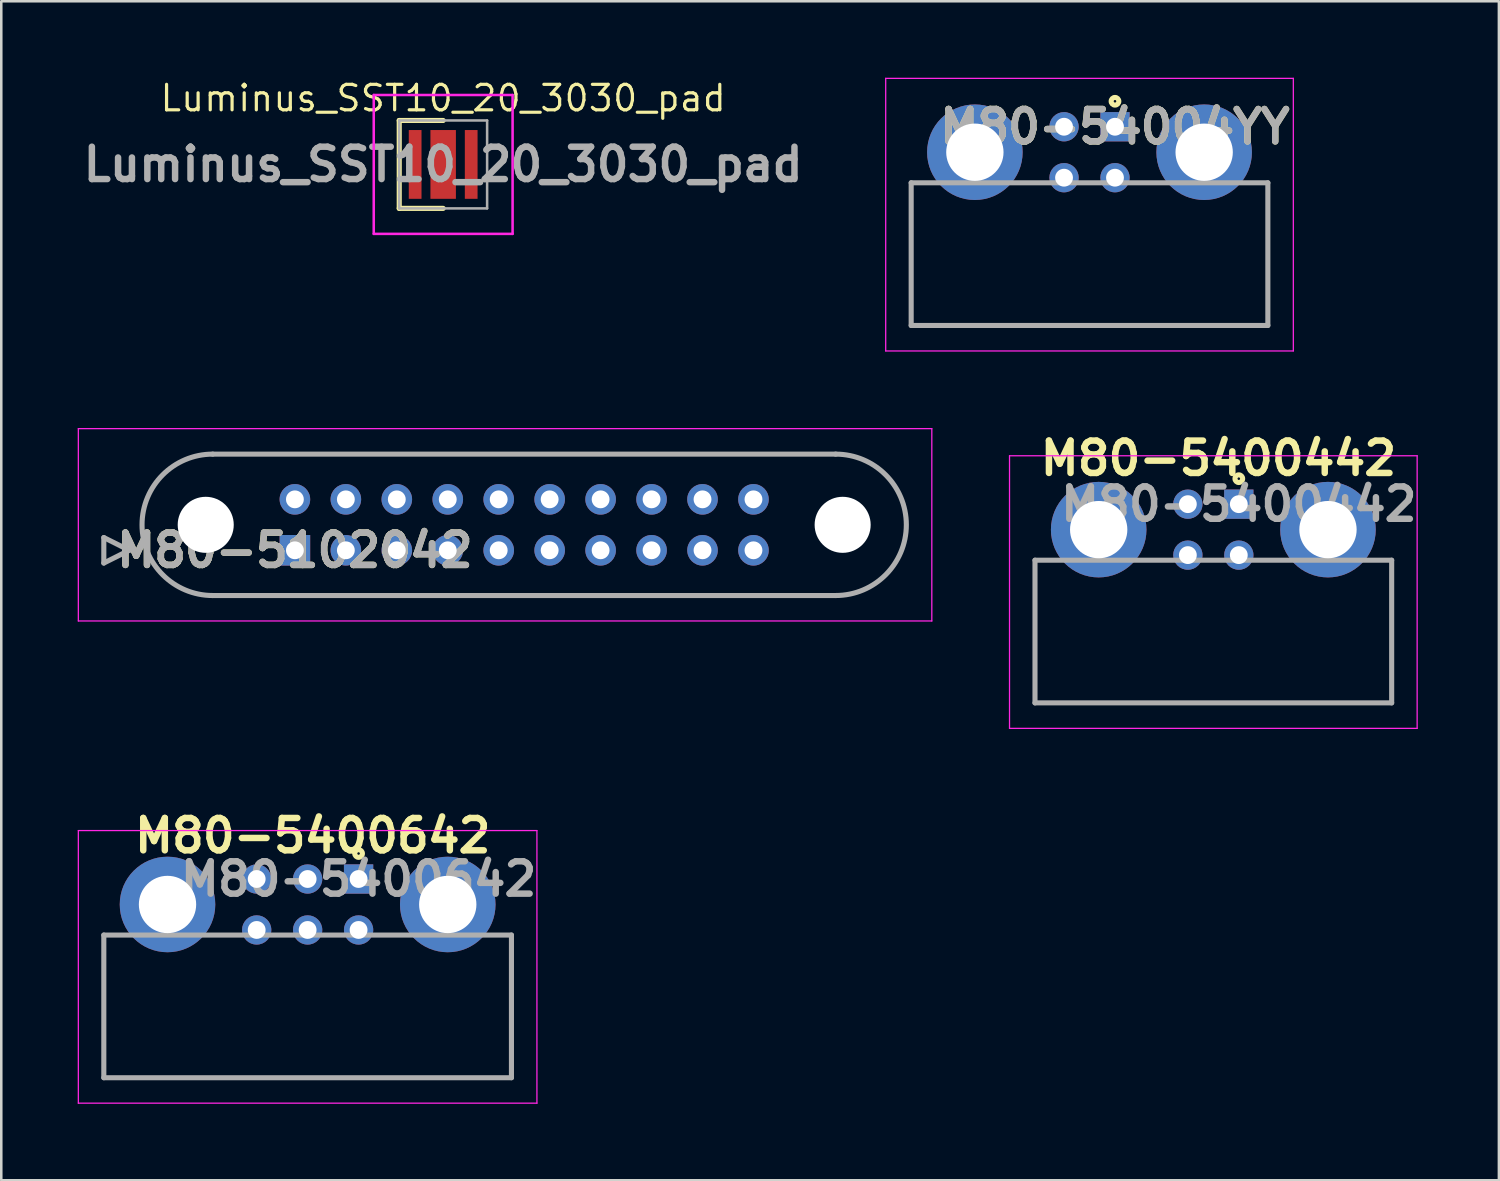
<source format=kicad_pcb>
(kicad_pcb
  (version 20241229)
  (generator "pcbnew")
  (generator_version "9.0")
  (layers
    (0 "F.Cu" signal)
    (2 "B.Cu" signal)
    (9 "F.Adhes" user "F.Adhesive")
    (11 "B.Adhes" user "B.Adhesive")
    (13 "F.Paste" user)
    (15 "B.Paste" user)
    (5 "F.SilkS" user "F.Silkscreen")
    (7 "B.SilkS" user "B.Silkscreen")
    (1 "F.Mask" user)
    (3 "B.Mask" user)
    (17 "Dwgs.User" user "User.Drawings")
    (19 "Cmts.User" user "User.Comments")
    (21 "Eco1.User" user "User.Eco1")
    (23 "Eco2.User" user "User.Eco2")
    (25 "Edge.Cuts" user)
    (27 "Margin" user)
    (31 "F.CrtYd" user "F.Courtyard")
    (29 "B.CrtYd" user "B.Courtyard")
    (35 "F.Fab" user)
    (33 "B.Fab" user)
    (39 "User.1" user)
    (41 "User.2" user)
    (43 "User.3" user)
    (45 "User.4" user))
  (footprint "M80-5400442"
    (layer "F.Cu")
    (at 45.575 16.739)
    (property "Reference" "M80-5400442" (at -0.8 -1.8 0) (layer "F.SilkS") (effects (font (size 1.27 1.27) (thickness 0.254))))
    (attr through_hole)
    (fp_line (start -8 7.8) (end -8 2.2) (stroke (width 0.1) (type solid)) (layer "F.SilkS"))
    (fp_line (start 6 2.2) (end 6 7.8) (stroke (width 0.1) (type solid)) (layer "F.SilkS"))
    (fp_line (start 6 7.8) (end -8 7.8) (stroke (width 0.1) (type solid)) (layer "F.SilkS"))
    (fp_circle (center 0 -1) (end 0 -0.95) (stroke (width 0.2) (type solid)) (fill no) (layer "F.SilkS"))
    (fp_line (start -9 -1.9) (end 7 -1.9) (stroke (width 0.05) (type solid)) (layer "F.CrtYd"))
    (fp_line (start -9 8.8) (end -9 -1.9) (stroke (width 0.05) (type solid)) (layer "F.CrtYd"))
    (fp_line (start 7 -1.9) (end 7 8.8) (stroke (width 0.05) (type solid)) (layer "F.CrtYd"))
    (fp_line (start 7 8.8) (end -9 8.8) (stroke (width 0.05) (type solid)) (layer "F.CrtYd"))
    (fp_line (start -8 2.2) (end 6 2.2) (stroke (width 0.2) (type solid)) (layer "F.Fab"))
    (fp_line (start -8 7.8) (end -8 2.2) (stroke (width 0.2) (type solid)) (layer "F.Fab"))
    (fp_line (start 6 2.2) (end 6 7.8) (stroke (width 0.2) (type solid)) (layer "F.Fab"))
    (fp_line (start 6 7.8) (end -8 7.8) (stroke (width 0.2) (type solid)) (layer "F.Fab"))
    (fp_text user "${REFERENCE}" (at 0 0 0) (layer "F.Fab") (effects (font (size 1.27 1.27) (thickness 0.254))))
    (pad "1" thru_hole rect (at 0 0) (size 1.15 1.15) (drill 0.7) (layers "*.Cu" "*.Mask"))
    (pad "2" thru_hole circle (at -2 0) (size 1.15 1.15) (drill 0.7) (layers "*.Cu" "*.Mask"))
    (pad "3" thru_hole circle (at 0 2) (size 1.15 1.15) (drill 0.7) (layers "*.Cu" "*.Mask"))
    (pad "4" thru_hole circle (at -2 2) (size 1.15 1.15) (drill 0.7) (layers "*.Cu" "*.Mask"))
    (pad "5" thru_hole circle (at 3.5 1) (size 3.75 3.75) (drill 2.25) (layers "*.Cu" "*.Mask"))
    (pad "6" thru_hole circle (at -5.5 1) (size 3.75 3.75) (drill 2.25) (layers "*.Cu" "*.Mask")))
  (footprint "M80-5400642"
    (layer "F.Cu")
    (at 11.025 31.452)
    (property "Reference" "M80-5400642" (at -1.8 -1.7 0) (layer "F.SilkS") (effects (font (size 1.27 1.27) (thickness 0.254))))
    (attr through_hole)
    (fp_line (start -10 7.8) (end -10 2.2) (stroke (width 0.1) (type solid)) (layer "F.SilkS"))
    (fp_line (start 6 2.2) (end 6 7.8) (stroke (width 0.1) (type solid)) (layer "F.SilkS"))
    (fp_line (start 6 7.8) (end -10 7.8) (stroke (width 0.1) (type solid)) (layer "F.SilkS"))
    (fp_circle (center 0 -1) (end 0 -0.95) (stroke (width 0.2) (type solid)) (fill no) (layer "F.SilkS"))
    (fp_line (start -11 -1.9) (end 7 -1.9) (stroke (width 0.05) (type solid)) (layer "F.CrtYd"))
    (fp_line (start -11 8.8) (end -11 -1.9) (stroke (width 0.05) (type solid)) (layer "F.CrtYd"))
    (fp_line (start 7 -1.9) (end 7 8.8) (stroke (width 0.05) (type solid)) (layer "F.CrtYd"))
    (fp_line (start 7 8.8) (end -11 8.8) (stroke (width 0.05) (type solid)) (layer "F.CrtYd"))
    (fp_line (start -10 2.2) (end 6 2.2) (stroke (width 0.2) (type solid)) (layer "F.Fab"))
    (fp_line (start -10 7.8) (end -10 2.2) (stroke (width 0.2) (type solid)) (layer "F.Fab"))
    (fp_line (start 6 2.2) (end 6 7.8) (stroke (width 0.2) (type solid)) (layer "F.Fab"))
    (fp_line (start 6 7.8) (end -10 7.8) (stroke (width 0.2) (type solid)) (layer "F.Fab"))
    (fp_text user "${REFERENCE}" (at 0 0 0) (layer "F.Fab") (effects (font (size 1.27 1.27) (thickness 0.254))))
    (pad "1" thru_hole rect (at 0 0) (size 1.15 1.15) (drill 0.7) (layers "*.Cu" "*.Mask"))
    (pad "2" thru_hole circle (at -2 0) (size 1.15 1.15) (drill 0.7) (layers "*.Cu" "*.Mask"))
    (pad "3" thru_hole circle (at -4 0) (size 1.15 1.15) (drill 0.7) (layers "*.Cu" "*.Mask"))
    (pad "4" thru_hole circle (at 0 2) (size 1.15 1.15) (drill 0.7) (layers "*.Cu" "*.Mask"))
    (pad "5" thru_hole circle (at -2 2) (size 1.15 1.15) (drill 0.7) (layers "*.Cu" "*.Mask"))
    (pad "6" thru_hole circle (at -4 2) (size 1.15 1.15) (drill 0.7) (layers "*.Cu" "*.Mask"))
    (pad "7" thru_hole circle (at 3.5 1) (size 3.75 3.75) (drill 2.25) (layers "*.Cu" "*.Mask"))
    (pad "8" thru_hole circle (at -7.5 1) (size 3.75 3.75) (drill 2.25) (layers "*.Cu" "*.Mask")))
  (footprint "Luminus_SST10_20_3030_pad"
    (layer "F.Cu")
    (at 14.345 3.404)
    (property "Reference" "Luminus_SST10_20_3030_pad" (at 0 -2.6 0) (layer "F.SilkS") (effects (font (size 1 1) (thickness 0.125))))
    (attr smd)
    (fp_line (start -1.725 -1.725) (end 0 -1.725) (stroke (width 0.2) (type solid)) (layer "F.SilkS"))
    (fp_line (start -1.725 1.725) (end -1.725 -1.725) (stroke (width 0.2) (type solid)) (layer "F.SilkS"))
    (fp_line (start 0 1.725) (end -1.725 1.725) (stroke (width 0.2) (type solid)) (layer "F.SilkS"))
    (fp_line (start -2.725 -2.725) (end 2.725 -2.725) (stroke (width 0.1) (type solid)) (layer "F.CrtYd"))
    (fp_line (start -2.725 2.725) (end -2.725 -2.725) (stroke (width 0.1) (type solid)) (layer "F.CrtYd"))
    (fp_line (start 2.725 -2.725) (end 2.725 2.725) (stroke (width 0.1) (type solid)) (layer "F.CrtYd"))
    (fp_line (start 2.725 2.725) (end -2.725 2.725) (stroke (width 0.1) (type solid)) (layer "F.CrtYd"))
    (fp_line (start -1.725 -1.725) (end 1.725 -1.725) (stroke (width 0.1) (type solid)) (layer "F.Fab"))
    (fp_line (start -1.725 1.725) (end -1.725 -1.725) (stroke (width 0.1) (type solid)) (layer "F.Fab"))
    (fp_line (start 1.725 -1.725) (end 1.725 1.725) (stroke (width 0.1) (type solid)) (layer "F.Fab"))
    (fp_line (start 1.725 1.725) (end -1.725 1.725) (stroke (width 0.1) (type solid)) (layer "F.Fab"))
    (fp_text user "${REFERENCE}" (at 0 0 0) (layer "F.Fab") (effects (font (size 1.27 1.27) (thickness 0.254))))
    (pad "1" smd rect (at -1.1 0) (size 0.5 2.7) (layers "F.Cu" "F.Mask" "F.Paste"))
    (pad "2" smd rect (at 1.1 0) (size 0.5 2.7) (layers "F.Cu" "F.Mask" "F.Paste"))
    (pad "3" smd rect (at 0 0) (size 1 2.7) (layers "F.Cu" "F.Mask" "F.Paste")))
  (footprint "M80-5102042"
    (layer "F.Cu")
    (at 8.525 18.55)
    (property "Reference" "M80-5102042" (at 0 0 0) (layer "F.SilkS") (effects (font (size 1.27 1.27) (thickness 0.254))))
    (attr through_hole)
    (fp_line (start -7.5 -0.5) (end -6.5 0) (stroke (width 0.1) (type solid)) (layer "F.SilkS"))
    (fp_line (start -7.5 0.5) (end -7.5 -0.5) (stroke (width 0.1) (type solid)) (layer "F.SilkS"))
    (fp_line (start -6.5 0) (end -7.5 0.5) (stroke (width 0.1) (type solid)) (layer "F.SilkS"))
    (fp_line (start -3.225 -3.775) (end 21.225 -3.775) (stroke (width 0.1) (type solid)) (layer "F.SilkS"))
    (fp_line (start 21.225 1.775) (end -3.225 1.775) (stroke (width 0.1) (type solid)) (layer "F.SilkS"))
    (fp_arc (start -3.225 1.775) (mid -6 -1) (end -3.225 -3.775) (stroke (width 0.1) (type solid)) (layer "F.SilkS"))
    (fp_arc (start 21.225 -3.775) (mid 24 -1) (end 21.225 1.775) (stroke (width 0.1) (type solid)) (layer "F.SilkS"))
    (fp_line (start -8.5 -4.775) (end 25 -4.775) (stroke (width 0.05) (type solid)) (layer "F.CrtYd"))
    (fp_line (start -8.5 2.775) (end -8.5 -4.775) (stroke (width 0.05) (type solid)) (layer "F.CrtYd"))
    (fp_line (start 25 -4.775) (end 25 2.775) (stroke (width 0.05) (type solid)) (layer "F.CrtYd"))
    (fp_line (start 25 2.775) (end -8.5 2.775) (stroke (width 0.05) (type solid)) (layer "F.CrtYd"))
    (fp_line (start -7.5 -0.5) (end -6.5 0) (stroke (width 0.2) (type solid)) (layer "F.Fab"))
    (fp_line (start -7.5 0.5) (end -7.5 -0.5) (stroke (width 0.2) (type solid)) (layer "F.Fab"))
    (fp_line (start -6.5 0) (end -7.5 0.5) (stroke (width 0.2) (type solid)) (layer "F.Fab"))
    (fp_line (start -3.225 -3.775) (end 21.225 -3.775) (stroke (width 0.2) (type solid)) (layer "F.Fab"))
    (fp_line (start 21.225 1.775) (end -3.225 1.775) (stroke (width 0.2) (type solid)) (layer "F.Fab"))
    (fp_arc (start -3.225 1.775) (mid -6 -1) (end -3.225 -3.775) (stroke (width 0.2) (type solid)) (layer "F.Fab"))
    (fp_arc (start 21.225 -3.775) (mid 24 -1) (end 21.225 1.775) (stroke (width 0.2) (type solid)) (layer "F.Fab"))
    (fp_text user "${REFERENCE}" (at 0 0 0) (layer "F.Fab") (effects (font (size 1.27 1.27) (thickness 0.254))))
    (pad "" np_thru_hole circle (at -3.5 -1) (size 2.2 2.2) (drill 2.2) (layers "*.Cu" "*.Mask"))
    (pad "" np_thru_hole circle (at 21.5 -1) (size 2.2 2.2) (drill 2.2) (layers "*.Cu" "*.Mask"))
    (pad "1" thru_hole rect (at 0 0) (size 1.2 1.2) (drill 0.7) (layers "*.Cu" "*.Mask"))
    (pad "2" thru_hole circle (at 2 0) (size 1.2 1.2) (drill 0.7) (layers "*.Cu" "*.Mask"))
    (pad "3" thru_hole circle (at 4 0) (size 1.2 1.2) (drill 0.7) (layers "*.Cu" "*.Mask"))
    (pad "4" thru_hole circle (at 6 0) (size 1.2 1.2) (drill 0.7) (layers "*.Cu" "*.Mask"))
    (pad "5" thru_hole circle (at 8 0) (size 1.2 1.2) (drill 0.7) (layers "*.Cu" "*.Mask"))
    (pad "6" thru_hole circle (at 10 0) (size 1.2 1.2) (drill 0.7) (layers "*.Cu" "*.Mask"))
    (pad "7" thru_hole circle (at 12 0) (size 1.2 1.2) (drill 0.7) (layers "*.Cu" "*.Mask"))
    (pad "8" thru_hole circle (at 14 0) (size 1.2 1.2) (drill 0.7) (layers "*.Cu" "*.Mask"))
    (pad "9" thru_hole circle (at 16 0) (size 1.2 1.2) (drill 0.7) (layers "*.Cu" "*.Mask"))
    (pad "10" thru_hole circle (at 18 0) (size 1.2 1.2) (drill 0.7) (layers "*.Cu" "*.Mask"))
    (pad "11" thru_hole circle (at 0 -2) (size 1.2 1.2) (drill 0.7) (layers "*.Cu" "*.Mask"))
    (pad "12" thru_hole circle (at 2 -2) (size 1.2 1.2) (drill 0.7) (layers "*.Cu" "*.Mask"))
    (pad "13" thru_hole circle (at 4 -2) (size 1.2 1.2) (drill 0.7) (layers "*.Cu" "*.Mask"))
    (pad "14" thru_hole circle (at 6 -2) (size 1.2 1.2) (drill 0.7) (layers "*.Cu" "*.Mask"))
    (pad "15" thru_hole circle (at 8 -2) (size 1.2 1.2) (drill 0.7) (layers "*.Cu" "*.Mask"))
    (pad "16" thru_hole circle (at 10 -2) (size 1.2 1.2) (drill 0.7) (layers "*.Cu" "*.Mask"))
    (pad "17" thru_hole circle (at 12 -2) (size 1.2 1.2) (drill 0.7) (layers "*.Cu" "*.Mask"))
    (pad "18" thru_hole circle (at 14 -2) (size 1.2 1.2) (drill 0.7) (layers "*.Cu" "*.Mask"))
    (pad "19" thru_hole circle (at 16 -2) (size 1.2 1.2) (drill 0.7) (layers "*.Cu" "*.Mask"))
    (pad "20" thru_hole circle (at 18 -2) (size 1.2 1.2) (drill 0.7) (layers "*.Cu" "*.Mask")))
  (footprint "M80-54004YY"
    (layer "F.Cu")
    (at 40.715 1.925)
    (property "Reference" "M80-54004YY" (at 0 0 0) (layer "F.SilkS") (effects (font (size 1.27 1.27) (thickness 0.254))))
    (attr through_hole)
    (fp_line (start -8 7.8) (end -8 2.2) (stroke (width 0.1) (type solid)) (layer "F.SilkS"))
    (fp_line (start 6 2.2) (end 6 7.8) (stroke (width 0.1) (type solid)) (layer "F.SilkS"))
    (fp_line (start 6 7.8) (end -8 7.8) (stroke (width 0.1) (type solid)) (layer "F.SilkS"))
    (fp_circle (center 0 -1) (end 0 -0.95) (stroke (width 0.2) (type solid)) (fill no) (layer "F.SilkS"))
    (fp_line (start -9 -1.9) (end 7 -1.9) (stroke (width 0.05) (type solid)) (layer "F.CrtYd"))
    (fp_line (start -9 8.8) (end -9 -1.9) (stroke (width 0.05) (type solid)) (layer "F.CrtYd"))
    (fp_line (start 7 -1.9) (end 7 8.8) (stroke (width 0.05) (type solid)) (layer "F.CrtYd"))
    (fp_line (start 7 8.8) (end -9 8.8) (stroke (width 0.05) (type solid)) (layer "F.CrtYd"))
    (fp_line (start -8 2.2) (end 6 2.2) (stroke (width 0.2) (type solid)) (layer "F.Fab"))
    (fp_line (start -8 7.8) (end -8 2.2) (stroke (width 0.2) (type solid)) (layer "F.Fab"))
    (fp_line (start 6 2.2) (end 6 7.8) (stroke (width 0.2) (type solid)) (layer "F.Fab"))
    (fp_line (start 6 7.8) (end -8 7.8) (stroke (width 0.2) (type solid)) (layer "F.Fab"))
    (fp_text user "${REFERENCE}" (at 0 0 0) (layer "F.Fab") (effects (font (size 1.27 1.27) (thickness 0.254))))
    (pad "1" thru_hole rect (at 0 0) (size 1.15 1.15) (drill 0.7) (layers "*.Cu" "*.Mask"))
    (pad "2" thru_hole circle (at -2 0) (size 1.15 1.15) (drill 0.7) (layers "*.Cu" "*.Mask"))
    (pad "3" thru_hole circle (at 0 2) (size 1.15 1.15) (drill 0.7) (layers "*.Cu" "*.Mask"))
    (pad "4" thru_hole circle (at -2 2) (size 1.15 1.15) (drill 0.7) (layers "*.Cu" "*.Mask"))
    (pad "5" thru_hole circle (at 3.5 1) (size 3.75 3.75) (drill 2.25) (layers "*.Cu" "*.Mask"))
    (pad "6" thru_hole circle (at -5.5 1) (size 3.75 3.75) (drill 2.25) (layers "*.Cu" "*.Mask")))
  (gr_rect
    (start -3 -3)
    (end 55.784 43.277)
    (stroke (width 0.1) (type default))
    (fill no)
    (layer "Edge.Cuts")))
</source>
